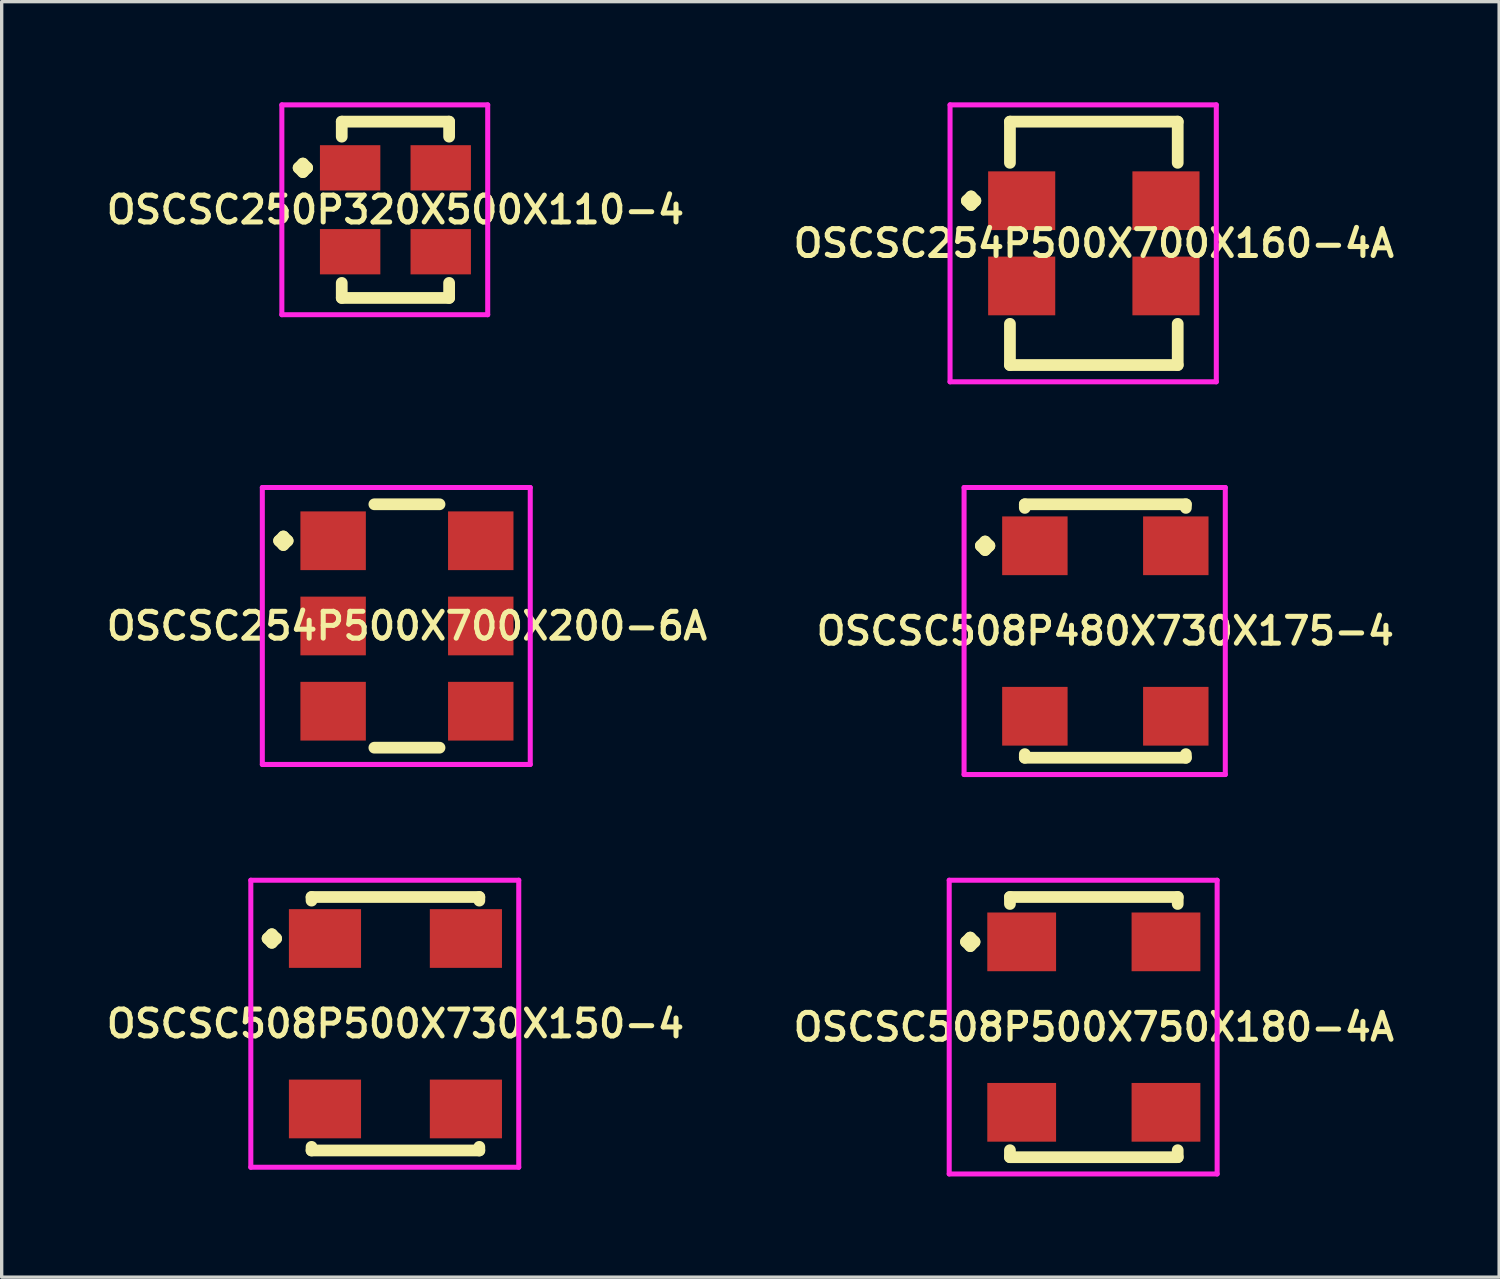
<source format=kicad_pcb>
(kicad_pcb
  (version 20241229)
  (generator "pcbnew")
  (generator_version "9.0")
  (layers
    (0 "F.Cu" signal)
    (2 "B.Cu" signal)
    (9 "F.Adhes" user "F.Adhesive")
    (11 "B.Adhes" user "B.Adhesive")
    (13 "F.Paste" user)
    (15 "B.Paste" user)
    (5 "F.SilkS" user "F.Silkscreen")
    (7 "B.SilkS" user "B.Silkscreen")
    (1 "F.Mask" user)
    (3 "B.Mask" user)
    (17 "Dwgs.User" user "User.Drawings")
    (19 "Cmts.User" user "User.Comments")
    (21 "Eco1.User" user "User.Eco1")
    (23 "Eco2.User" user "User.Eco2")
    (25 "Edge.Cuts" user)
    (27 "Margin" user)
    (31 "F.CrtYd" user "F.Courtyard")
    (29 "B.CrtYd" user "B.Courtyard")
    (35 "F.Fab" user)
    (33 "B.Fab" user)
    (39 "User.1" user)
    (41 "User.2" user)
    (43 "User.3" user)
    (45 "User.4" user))
  (footprint "OSCSC250P320X500X110-4"
    (layer "F.Cu")
    (at 8.735 3.202)
    (property "Reference" "OSCSC250P320X500X110-4" (at 0 0 0) (layer "F.SilkS") (effects (font (size 0.8 0.8) (thickness 0.15))))
    (attr through_hole)
    (fp_line (start -2.885 -1.25) (end -2.758 -1.377) (stroke (width 0.35) (type solid)) (layer "F.SilkS"))
    (fp_line (start -2.758 -1.377) (end -2.631 -1.25) (stroke (width 0.35) (type solid)) (layer "F.SilkS"))
    (fp_line (start -2.758 -1.123) (end -2.885 -1.25) (stroke (width 0.35) (type solid)) (layer "F.SilkS"))
    (fp_line (start -2.631 -1.25) (end -2.758 -1.123) (stroke (width 0.35) (type solid)) (layer "F.SilkS"))
    (fp_line (start -1.6 -2.627) (end 1.6 -2.627) (stroke (width 0.35) (type solid)) (layer "F.SilkS"))
    (fp_line (start -1.6 -2.179) (end -1.6 -2.627) (stroke (width 0.35) (type solid)) (layer "F.SilkS"))
    (fp_line (start -1.6 2.179) (end -1.6 2.627) (stroke (width 0.35) (type solid)) (layer "F.SilkS"))
    (fp_line (start -1.6 2.627) (end 1.6 2.627) (stroke (width 0.35) (type solid)) (layer "F.SilkS"))
    (fp_line (start 1.6 -2.627) (end 1.6 -2.179) (stroke (width 0.35) (type solid)) (layer "F.SilkS"))
    (fp_line (start 1.6 2.627) (end 1.6 2.179) (stroke (width 0.35) (type solid)) (layer "F.SilkS"))
    (fp_line (start -3.385 -3.127) (end 2.75 -3.127) (stroke (width 0.15) (type solid)) (layer "F.CrtYd"))
    (fp_line (start -3.385 3.127) (end -3.385 -3.127) (stroke (width 0.15) (type solid)) (layer "F.CrtYd"))
    (fp_line (start 2.75 -3.127) (end 2.75 3.127) (stroke (width 0.15) (type solid)) (layer "F.CrtYd"))
    (fp_line (start 2.75 3.127) (end -3.385 3.127) (stroke (width 0.15) (type solid)) (layer "F.CrtYd"))
    (pad "1" smd rect (at -1.35 -1.25) (size 1.8 1.35) (layers "F.Cu" "F.Mask" "F.Paste"))
    (pad "2" smd rect (at -1.35 1.25) (size 1.8 1.35) (layers "F.Cu" "F.Mask" "F.Paste"))
    (pad "3" smd rect (at 1.35 1.25) (size 1.8 1.35) (layers "F.Cu" "F.Mask" "F.Paste"))
    (pad "4" smd rect (at 1.35 -1.25) (size 1.8 1.35) (layers "F.Cu" "F.Mask" "F.Paste")))
  (footprint "OSCSC254P500X700X160-4A"
    (layer "F.Cu")
    (at 29.549 4.202)
    (property "Reference" "OSCSC254P500X700X160-4A" (at 0 0 0) (layer "F.SilkS") (effects (font (size 0.8 0.8) (thickness 0.15))))
    (attr smd)
    (fp_line (start -3.785 -1.27) (end -3.658 -1.397) (stroke (width 0.35) (type solid)) (layer "F.SilkS"))
    (fp_line (start -3.658 -1.397) (end -3.531 -1.27) (stroke (width 0.35) (type solid)) (layer "F.SilkS"))
    (fp_line (start -3.658 -1.143) (end -3.785 -1.27) (stroke (width 0.35) (type solid)) (layer "F.SilkS"))
    (fp_line (start -3.531 -1.27) (end -3.658 -1.143) (stroke (width 0.35) (type solid)) (layer "F.SilkS"))
    (fp_line (start -2.5 -3.627) (end 2.5 -3.627) (stroke (width 0.35) (type solid)) (layer "F.SilkS"))
    (fp_line (start -2.5 -2.399) (end -2.5 -3.627) (stroke (width 0.35) (type solid)) (layer "F.SilkS"))
    (fp_line (start -2.5 2.399) (end -2.5 3.627) (stroke (width 0.35) (type solid)) (layer "F.SilkS"))
    (fp_line (start -2.5 3.627) (end 2.5 3.627) (stroke (width 0.35) (type solid)) (layer "F.SilkS"))
    (fp_line (start 2.5 -3.627) (end 2.5 -2.399) (stroke (width 0.35) (type solid)) (layer "F.SilkS"))
    (fp_line (start 2.5 3.627) (end 2.5 2.399) (stroke (width 0.35) (type solid)) (layer "F.SilkS"))
    (fp_line (start -4.285 -4.127) (end 3.65 -4.127) (stroke (width 0.15) (type solid)) (layer "F.CrtYd"))
    (fp_line (start -4.285 4.127) (end -4.285 -4.127) (stroke (width 0.15) (type solid)) (layer "F.CrtYd"))
    (fp_line (start 3.65 -4.127) (end 3.65 4.127) (stroke (width 0.15) (type solid)) (layer "F.CrtYd"))
    (fp_line (start 3.65 4.127) (end -4.285 4.127) (stroke (width 0.15) (type solid)) (layer "F.CrtYd"))
    (pad "1" smd rect (at -2.15 -1.27) (size 2 1.75) (layers "F.Cu" "F.Mask" "F.Paste"))
    (pad "2" smd rect (at -2.15 1.27) (size 2 1.75) (layers "F.Cu" "F.Mask" "F.Paste"))
    (pad "3" smd rect (at 2.15 1.27) (size 2 1.75) (layers "F.Cu" "F.Mask" "F.Paste"))
    (pad "4" smd rect (at 2.15 -1.27) (size 2 1.75) (layers "F.Cu" "F.Mask" "F.Paste")))
  (footprint "OSCSC254P500X700X200-6A"
    (layer "F.Cu")
    (at 9.078 15.606)
    (property "Reference" "OSCSC254P500X700X200-6A" (at 0 0 0) (layer "F.SilkS") (effects (font (size 0.8 0.8) (thickness 0.15))))
    (attr through_hole)
    (fp_line (start -3.81 -2.54) (end -3.683 -2.667) (stroke (width 0.35) (type solid)) (layer "F.SilkS"))
    (fp_line (start -3.683 -2.667) (end -3.556 -2.54) (stroke (width 0.35) (type solid)) (layer "F.SilkS"))
    (fp_line (start -3.683 -2.413) (end -3.81 -2.54) (stroke (width 0.35) (type solid)) (layer "F.SilkS"))
    (fp_line (start -3.556 -2.54) (end -3.683 -2.413) (stroke (width 0.35) (type solid)) (layer "F.SilkS"))
    (fp_line (start -0.971 -3.627) (end 0.971 -3.627) (stroke (width 0.35) (type solid)) (layer "F.SilkS"))
    (fp_line (start -0.971 3.627) (end 0.971 3.627) (stroke (width 0.35) (type solid)) (layer "F.SilkS"))
    (fp_line (start -4.31 -4.127) (end 3.675 -4.127) (stroke (width 0.15) (type solid)) (layer "F.CrtYd"))
    (fp_line (start -4.31 4.127) (end -4.31 -4.127) (stroke (width 0.15) (type solid)) (layer "F.CrtYd"))
    (fp_line (start 3.675 -4.127) (end 3.675 4.127) (stroke (width 0.15) (type solid)) (layer "F.CrtYd"))
    (fp_line (start 3.675 4.127) (end -4.31 4.127) (stroke (width 0.15) (type solid)) (layer "F.CrtYd"))
    (pad "1" smd rect (at -2.2 -2.54) (size 1.95 1.75) (layers "F.Cu" "F.Mask" "F.Paste"))
    (pad "2" smd rect (at -2.2 0) (size 1.95 1.75) (layers "F.Cu" "F.Mask" "F.Paste"))
    (pad "3" smd rect (at -2.2 2.54) (size 1.95 1.75) (layers "F.Cu" "F.Mask" "F.Paste"))
    (pad "4" smd rect (at 2.2 2.54) (size 1.95 1.75) (layers "F.Cu" "F.Mask" "F.Paste"))
    (pad "5" smd rect (at 2.2 0) (size 1.95 1.75) (layers "F.Cu" "F.Mask" "F.Paste"))
    (pad "6" smd rect (at 2.2 -2.54) (size 1.95 1.75) (layers "F.Cu" "F.Mask" "F.Paste")))
  (footprint "OSCSC508P500X730X150-4"
    (layer "F.Cu")
    (at 8.735 27.46)
    (property "Reference" "OSCSC508P500X730X150-4" (at 0 0 0) (layer "F.SilkS") (effects (font (size 0.8 0.8) (thickness 0.15))))
    (attr smd)
    (fp_line (start -3.81 -2.54) (end -3.683 -2.667) (stroke (width 0.35) (type solid)) (layer "F.SilkS"))
    (fp_line (start -3.683 -2.667) (end -3.556 -2.54) (stroke (width 0.35) (type solid)) (layer "F.SilkS"))
    (fp_line (start -3.683 -2.413) (end -3.81 -2.54) (stroke (width 0.35) (type solid)) (layer "F.SilkS"))
    (fp_line (start -3.556 -2.54) (end -3.683 -2.413) (stroke (width 0.35) (type solid)) (layer "F.SilkS"))
    (fp_line (start -2.5 -3.777) (end 2.5 -3.777) (stroke (width 0.35) (type solid)) (layer "F.SilkS"))
    (fp_line (start -2.5 -3.669) (end -2.5 -3.777) (stroke (width 0.35) (type solid)) (layer "F.SilkS"))
    (fp_line (start -2.5 3.669) (end -2.5 3.777) (stroke (width 0.35) (type solid)) (layer "F.SilkS"))
    (fp_line (start -2.5 3.777) (end 2.5 3.777) (stroke (width 0.35) (type solid)) (layer "F.SilkS"))
    (fp_line (start 2.5 -3.777) (end 2.5 -3.669) (stroke (width 0.35) (type solid)) (layer "F.SilkS"))
    (fp_line (start 2.5 3.777) (end 2.5 3.669) (stroke (width 0.35) (type solid)) (layer "F.SilkS"))
    (fp_line (start -4.31 -4.277) (end 3.675 -4.277) (stroke (width 0.15) (type solid)) (layer "F.CrtYd"))
    (fp_line (start -4.31 4.277) (end -4.31 -4.277) (stroke (width 0.15) (type solid)) (layer "F.CrtYd"))
    (fp_line (start 3.675 -4.277) (end 3.675 4.277) (stroke (width 0.15) (type solid)) (layer "F.CrtYd"))
    (fp_line (start 3.675 4.277) (end -4.31 4.277) (stroke (width 0.15) (type solid)) (layer "F.CrtYd"))
    (pad "1" smd rect (at -2.1 -2.54) (size 2.15 1.75) (layers "F.Cu" "F.Mask" "F.Paste"))
    (pad "2" smd rect (at -2.1 2.54) (size 2.15 1.75) (layers "F.Cu" "F.Mask" "F.Paste"))
    (pad "3" smd rect (at 2.1 2.54) (size 2.15 1.75) (layers "F.Cu" "F.Mask" "F.Paste"))
    (pad "4" smd rect (at 2.1 -2.54) (size 2.15 1.75) (layers "F.Cu" "F.Mask" "F.Paste")))
  (footprint "OSCSC508P500X750X180-4A"
    (layer "F.Cu")
    (at 29.549 27.56)
    (property "Reference" "OSCSC508P500X750X180-4A" (at 0 0 0) (layer "F.SilkS") (effects (font (size 0.8 0.8) (thickness 0.15))))
    (attr through_hole)
    (fp_line (start -3.81 -2.54) (end -3.683 -2.667) (stroke (width 0.35) (type solid)) (layer "F.SilkS"))
    (fp_line (start -3.683 -2.667) (end -3.556 -2.54) (stroke (width 0.35) (type solid)) (layer "F.SilkS"))
    (fp_line (start -3.683 -2.413) (end -3.81 -2.54) (stroke (width 0.35) (type solid)) (layer "F.SilkS"))
    (fp_line (start -3.556 -2.54) (end -3.683 -2.413) (stroke (width 0.35) (type solid)) (layer "F.SilkS"))
    (fp_line (start -2.5 -3.877) (end 2.5 -3.877) (stroke (width 0.35) (type solid)) (layer "F.SilkS"))
    (fp_line (start -2.5 -3.669) (end -2.5 -3.877) (stroke (width 0.35) (type solid)) (layer "F.SilkS"))
    (fp_line (start -2.5 3.669) (end -2.5 3.877) (stroke (width 0.35) (type solid)) (layer "F.SilkS"))
    (fp_line (start -2.5 3.877) (end 2.5 3.877) (stroke (width 0.35) (type solid)) (layer "F.SilkS"))
    (fp_line (start 2.5 -3.877) (end 2.5 -3.669) (stroke (width 0.35) (type solid)) (layer "F.SilkS"))
    (fp_line (start 2.5 3.877) (end 2.5 3.669) (stroke (width 0.35) (type solid)) (layer "F.SilkS"))
    (fp_line (start -4.31 -4.377) (end 3.675 -4.377) (stroke (width 0.15) (type solid)) (layer "F.CrtYd"))
    (fp_line (start -4.31 4.377) (end -4.31 -4.377) (stroke (width 0.15) (type solid)) (layer "F.CrtYd"))
    (fp_line (start 3.675 -4.377) (end 3.675 4.377) (stroke (width 0.15) (type solid)) (layer "F.CrtYd"))
    (fp_line (start 3.675 4.377) (end -4.31 4.377) (stroke (width 0.15) (type solid)) (layer "F.CrtYd"))
    (pad "1" smd rect (at -2.15 -2.54) (size 2.05 1.75) (layers "F.Cu" "F.Mask" "F.Paste"))
    (pad "2" smd rect (at -2.15 2.54) (size 2.05 1.75) (layers "F.Cu" "F.Mask" "F.Paste"))
    (pad "3" smd rect (at 2.15 2.54) (size 2.05 1.75) (layers "F.Cu" "F.Mask" "F.Paste"))
    (pad "4" smd rect (at 2.15 -2.54) (size 2.05 1.75) (layers "F.Cu" "F.Mask" "F.Paste")))
  (footprint "OSCSC508P480X730X175-4"
    (layer "F.Cu")
    (at 29.892 15.756)
    (property "Reference" "OSCSC508P480X730X175-4" (at 0 0 0) (layer "F.SilkS") (effects (font (size 0.8 0.8) (thickness 0.15))))
    (attr smd)
    (fp_line (start -3.71 -2.54) (end -3.583 -2.667) (stroke (width 0.35) (type solid)) (layer "F.SilkS"))
    (fp_line (start -3.583 -2.667) (end -3.456 -2.54) (stroke (width 0.35) (type solid)) (layer "F.SilkS"))
    (fp_line (start -3.583 -2.413) (end -3.71 -2.54) (stroke (width 0.35) (type solid)) (layer "F.SilkS"))
    (fp_line (start -3.456 -2.54) (end -3.583 -2.413) (stroke (width 0.35) (type solid)) (layer "F.SilkS"))
    (fp_line (start -2.4 -3.777) (end 2.4 -3.777) (stroke (width 0.35) (type solid)) (layer "F.SilkS"))
    (fp_line (start -2.4 -3.669) (end -2.4 -3.777) (stroke (width 0.35) (type solid)) (layer "F.SilkS"))
    (fp_line (start -2.4 3.669) (end -2.4 3.777) (stroke (width 0.35) (type solid)) (layer "F.SilkS"))
    (fp_line (start -2.4 3.777) (end 2.4 3.777) (stroke (width 0.35) (type solid)) (layer "F.SilkS"))
    (fp_line (start 2.4 -3.777) (end 2.4 -3.669) (stroke (width 0.35) (type solid)) (layer "F.SilkS"))
    (fp_line (start 2.4 3.777) (end 2.4 3.669) (stroke (width 0.35) (type solid)) (layer "F.SilkS"))
    (fp_line (start -4.21 -4.277) (end 3.575 -4.277) (stroke (width 0.15) (type solid)) (layer "F.CrtYd"))
    (fp_line (start -4.21 4.277) (end -4.21 -4.277) (stroke (width 0.15) (type solid)) (layer "F.CrtYd"))
    (fp_line (start 3.575 -4.277) (end 3.575 4.277) (stroke (width 0.15) (type solid)) (layer "F.CrtYd"))
    (fp_line (start 3.575 4.277) (end -4.21 4.277) (stroke (width 0.15) (type solid)) (layer "F.CrtYd"))
    (pad "1" smd rect (at -2.1 -2.54) (size 1.95 1.75) (layers "F.Cu" "F.Mask" "F.Paste"))
    (pad "2" smd rect (at -2.1 2.54) (size 1.95 1.75) (layers "F.Cu" "F.Mask" "F.Paste"))
    (pad "3" smd rect (at 2.1 2.54) (size 1.95 1.75) (layers "F.Cu" "F.Mask" "F.Paste"))
    (pad "4" smd rect (at 2.1 -2.54) (size 1.95 1.75) (layers "F.Cu" "F.Mask" "F.Paste")))
  (gr_rect
    (start -3 -3)
    (end 41.628 35.012)
    (stroke (width 0.1) (type default))
    (fill no)
    (layer "Edge.Cuts")))
</source>
